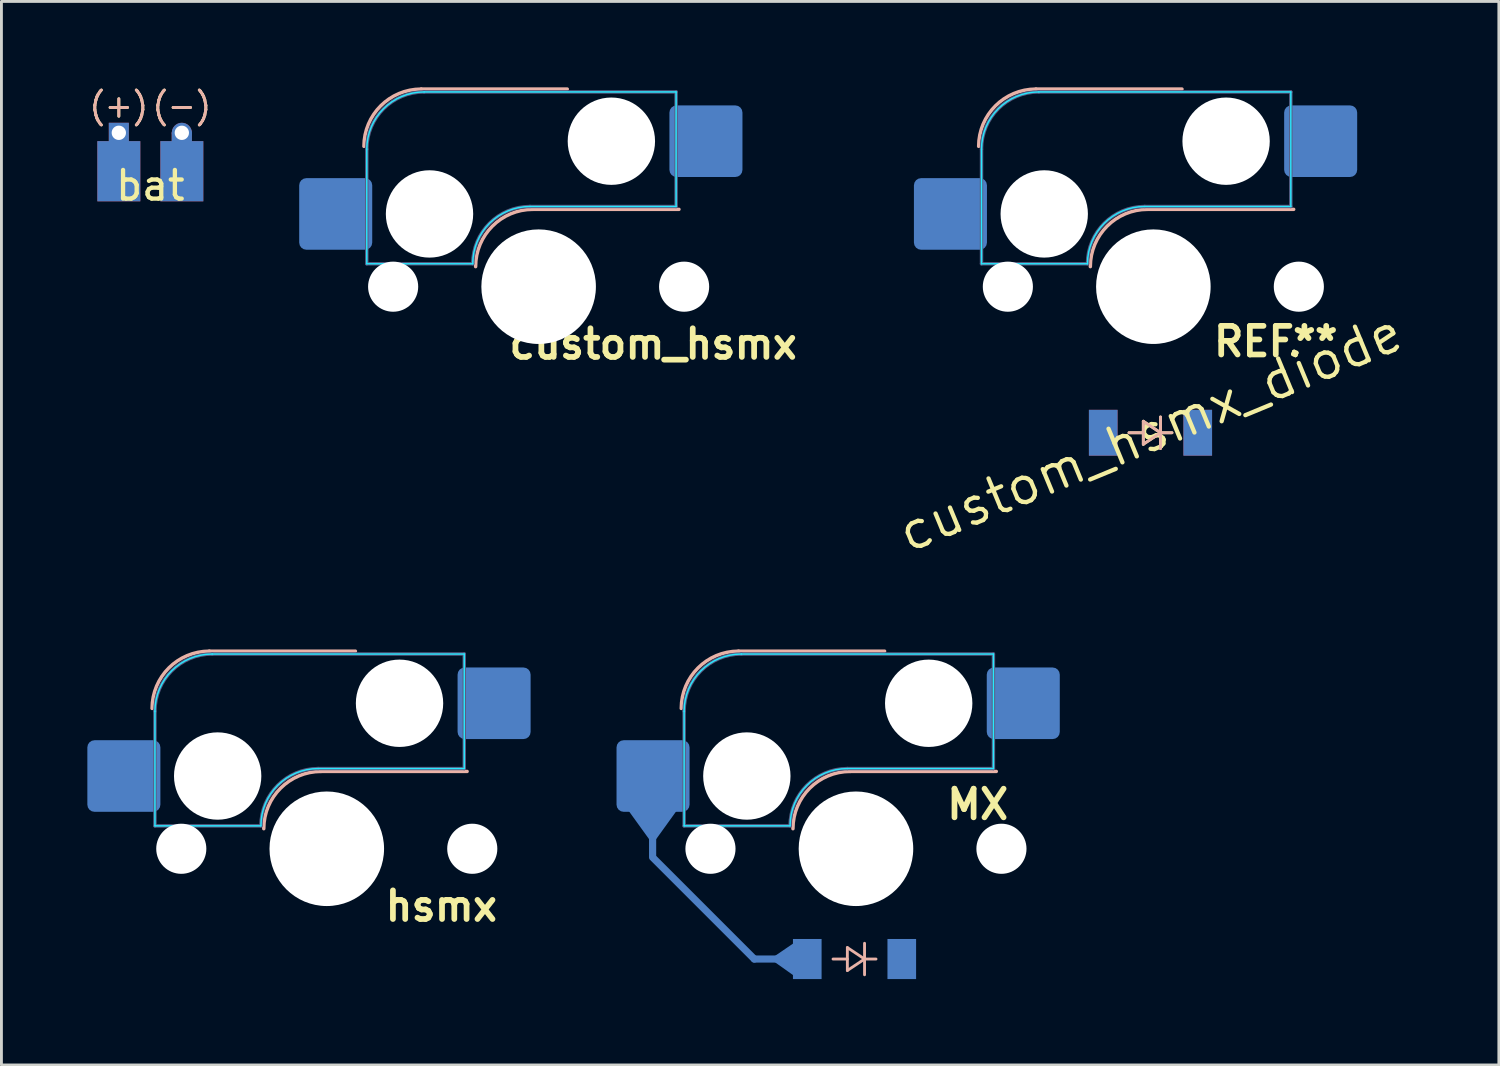
<source format=kicad_pcb>
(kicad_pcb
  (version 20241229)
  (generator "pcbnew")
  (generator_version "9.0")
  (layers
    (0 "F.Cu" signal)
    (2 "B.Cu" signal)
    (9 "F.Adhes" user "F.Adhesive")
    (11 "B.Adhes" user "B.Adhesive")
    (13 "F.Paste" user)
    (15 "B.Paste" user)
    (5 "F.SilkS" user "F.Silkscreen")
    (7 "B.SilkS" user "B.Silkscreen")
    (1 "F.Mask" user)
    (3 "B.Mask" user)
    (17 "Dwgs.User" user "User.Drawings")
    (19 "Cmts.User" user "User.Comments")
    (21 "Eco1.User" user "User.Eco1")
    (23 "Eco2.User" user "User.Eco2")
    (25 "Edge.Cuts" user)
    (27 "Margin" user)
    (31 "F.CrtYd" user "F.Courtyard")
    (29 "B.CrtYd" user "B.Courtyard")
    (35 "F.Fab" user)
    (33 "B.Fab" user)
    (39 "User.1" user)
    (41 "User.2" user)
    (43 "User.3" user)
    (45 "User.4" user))
  (footprint "MX"
    (layer "F.Cu")
    (at 26.837 26.586)
    (property "Reference" "MX" (at 4.25 -1.55 0) (layer "F.SilkS") (effects (font (size 1 1) (thickness 0.2) (bold yes))))
    (attr smd through_hole)
    (fp_line (start -7.1 -1.29) (end -7.1 0.3) (stroke (width 0.25) (type default)) (layer "B.Cu"))
    (fp_line (start -7.05 0.35) (end -3.55 3.85) (stroke (width 0.25) (type default)) (layer "B.Cu"))
    (fp_line (start -3.55 3.85) (end -2.2 3.85) (stroke (width 0.25) (type default)) (layer "B.Cu"))
    (fp_poly (pts (xy -6.235 -1.45) (xy -7.1 -0.25) (xy -7.966 -1.45)) (stroke (width 0.1) (type solid)) (fill yes) (layer "B.Cu"))
    (fp_poly (pts (xy -2.15 4.382) (xy -2.9 3.85) (xy -2.15 3.34)) (stroke (width 0.1) (type solid)) (fill yes) (layer "B.Cu"))
    (fp_line (start -4.1 -6.9) (end 1 -6.9) (stroke (width 0.12) (type solid)) (layer "B.SilkS"))
    (fp_line (start -0.3 3.45) (end 0.3 3.85) (stroke (width 0.1) (type solid)) (layer "B.SilkS"))
    (fp_line (start -0.3 3.85) (end -0.8 3.85) (stroke (width 0.1) (type solid)) (layer "B.SilkS"))
    (fp_line (start -0.3 4.25) (end -0.3 3.45) (stroke (width 0.1) (type solid)) (layer "B.SilkS"))
    (fp_line (start -0.2 -2.7) (end 4.9 -2.7) (stroke (width 0.12) (type solid)) (layer "B.SilkS"))
    (fp_line (start 0.3 3.85) (end -0.3 4.25) (stroke (width 0.1) (type solid)) (layer "B.SilkS"))
    (fp_line (start 0.3 3.85) (end 0.3 3.3) (stroke (width 0.1) (type solid)) (layer "B.SilkS"))
    (fp_line (start 0.3 3.85) (end 0.3 4.4) (stroke (width 0.1) (type solid)) (layer "B.SilkS"))
    (fp_line (start 0.7 3.85) (end 0.3 3.85) (stroke (width 0.1) (type solid)) (layer "B.SilkS"))
    (fp_arc (start -6.1 -4.9) (mid -5.514214 -6.314214) (end -4.1 -6.9) (stroke (width 0.12) (type solid)) (layer "B.SilkS"))
    (fp_arc (start -2.2 -0.7) (mid -1.614214 -2.114214) (end -0.2 -2.7) (stroke (width 0.12) (type solid)) (layer "B.SilkS"))
    (fp_line (start -6 -0.8) (end -6 -4.8) (stroke (width 0.05) (type solid)) (layer "B.CrtYd"))
    (fp_line (start -6 -0.8) (end -2.3 -0.8) (stroke (width 0.05) (type solid)) (layer "B.CrtYd"))
    (fp_line (start -4 -6.8) (end 4.8 -6.8) (stroke (width 0.05) (type solid)) (layer "B.CrtYd"))
    (fp_line (start -0.3 -2.8) (end 4.8 -2.8) (stroke (width 0.05) (type solid)) (layer "B.CrtYd"))
    (fp_line (start 4.8 -6.8) (end 4.8 -2.8) (stroke (width 0.05) (type solid)) (layer "B.CrtYd"))
    (fp_arc (start -6 -4.8) (mid -5.414214 -6.214214) (end -4 -6.8) (stroke (width 0.05) (type solid)) (layer "B.CrtYd"))
    (fp_arc (start -2.3 -0.8) (mid -1.714214 -2.214214) (end -0.3 -2.8) (stroke (width 0.05) (type solid)) (layer "B.CrtYd"))
    (fp_line (start -6 -0.8) (end -6 -4.8) (stroke (width 0.12) (type solid)) (layer "B.Fab"))
    (fp_line (start -6 -0.8) (end -2.3 -0.8) (stroke (width 0.12) (type solid)) (layer "B.Fab"))
    (fp_line (start -4 -6.8) (end 4.8 -6.8) (stroke (width 0.12) (type solid)) (layer "B.Fab"))
    (fp_line (start -0.3 -2.8) (end 4.8 -2.8) (stroke (width 0.12) (type solid)) (layer "B.Fab"))
    (fp_line (start 4.8 -6.8) (end 4.8 -2.8) (stroke (width 0.12) (type solid)) (layer "B.Fab"))
    (fp_arc (start -6 -4.8) (mid -5.414214 -6.214214) (end -4 -6.8) (stroke (width 0.12) (type solid)) (layer "B.Fab"))
    (fp_arc (start -2.3 -0.8) (mid -1.714214 -2.214214) (end -0.3 -2.8) (stroke (width 0.12) (type solid)) (layer "B.Fab"))
    (pad "" np_thru_hole circle (at -5.08 0) (size 1.75 1.75) (drill 1.75) (layers "*.Cu" "*.Mask"))
    (pad "" np_thru_hole circle (at -3.81 -2.54) (size 3.05 3.05) (drill 3.05) (layers "*.Cu" "*.Mask"))
    (pad "" np_thru_hole circle (at 0 0) (size 4 4) (drill 4) (layers "*.Cu" "*.Mask"))
    (pad "" np_thru_hole circle (at 2.54 -5.08) (size 3.05 3.05) (drill 3.05) (layers "*.Cu" "*.Mask"))
    (pad "" np_thru_hole circle (at 5.08 0) (size 1.75 1.75) (drill 1.75) (layers "*.Cu" "*.Mask"))
    (pad "1" smd rect (at 1.6 3.85 180) (size 1 1.4) (layers "B.Cu" "B.Mask" "B.Paste"))
    (pad "1" smd roundrect (at 5.842 -5.08) (size 2.55 2.5) (layers "B.Cu" "B.Mask" "B.Paste") (roundrect_rratio 0.1))
    (pad "2" smd roundrect (at -7.085 -2.54) (size 2.55 2.5) (layers "B.Cu" "B.Mask" "B.Paste") (roundrect_rratio 0.1))
    (pad "2" smd rect (at -1.7 3.85 180) (size 1 1.4) (layers "B.Cu" "B.Mask" "B.Paste")))
  (footprint "hsmx"
    (layer "F.Cu")
    (at 8.36 26.586)
    (property "Reference" "hsmx" (at 4 2 0) (layer "F.SilkS") (effects (font (size 1 1) (thickness 0.2) (bold yes))))
    (attr smd)
    (fp_line (start -4.1 -6.9) (end 1 -6.9) (stroke (width 0.12) (type solid)) (layer "B.SilkS"))
    (fp_line (start -0.2 -2.7) (end 4.9 -2.7) (stroke (width 0.12) (type solid)) (layer "B.SilkS"))
    (fp_arc (start -6.1 -4.9) (mid -5.514214 -6.314214) (end -4.1 -6.9) (stroke (width 0.12) (type solid)) (layer "B.SilkS"))
    (fp_arc (start -2.2 -0.7) (mid -1.614214 -2.114214) (end -0.2 -2.7) (stroke (width 0.12) (type solid)) (layer "B.SilkS"))
    (fp_line (start -6 -0.8) (end -6 -4.8) (stroke (width 0.05) (type solid)) (layer "B.CrtYd"))
    (fp_line (start -6 -0.8) (end -2.3 -0.8) (stroke (width 0.05) (type solid)) (layer "B.CrtYd"))
    (fp_line (start -4 -6.8) (end 4.8 -6.8) (stroke (width 0.05) (type solid)) (layer "B.CrtYd"))
    (fp_line (start -0.3 -2.8) (end 4.8 -2.8) (stroke (width 0.05) (type solid)) (layer "B.CrtYd"))
    (fp_line (start 4.8 -6.8) (end 4.8 -2.8) (stroke (width 0.05) (type solid)) (layer "B.CrtYd"))
    (fp_arc (start -6 -4.8) (mid -5.414214 -6.214214) (end -4 -6.8) (stroke (width 0.05) (type solid)) (layer "B.CrtYd"))
    (fp_arc (start -2.3 -0.8) (mid -1.714214 -2.214214) (end -0.3 -2.8) (stroke (width 0.05) (type solid)) (layer "B.CrtYd"))
    (fp_line (start -6 -0.8) (end -6 -4.8) (stroke (width 0.12) (type solid)) (layer "B.Fab"))
    (fp_line (start -6 -0.8) (end -2.3 -0.8) (stroke (width 0.12) (type solid)) (layer "B.Fab"))
    (fp_line (start -4 -6.8) (end 4.8 -6.8) (stroke (width 0.12) (type solid)) (layer "B.Fab"))
    (fp_line (start -0.3 -2.8) (end 4.8 -2.8) (stroke (width 0.12) (type solid)) (layer "B.Fab"))
    (fp_line (start 4.8 -6.8) (end 4.8 -2.8) (stroke (width 0.12) (type solid)) (layer "B.Fab"))
    (fp_arc (start -6 -4.8) (mid -5.414214 -6.214214) (end -4 -6.8) (stroke (width 0.12) (type solid)) (layer "B.Fab"))
    (fp_arc (start -2.3 -0.8) (mid -1.714214 -2.214214) (end -0.3 -2.8) (stroke (width 0.12) (type solid)) (layer "B.Fab"))
    (pad "" np_thru_hole circle (at -5.08 0) (size 1.75 1.75) (drill 1.75) (layers "*.Cu" "*.Mask"))
    (pad "" np_thru_hole circle (at -3.81 -2.54) (size 3.05 3.05) (drill 3.05) (layers "*.Cu" "*.Mask"))
    (pad "" np_thru_hole circle (at 0 0) (size 4 4) (drill 4) (layers "*.Cu" "*.Mask"))
    (pad "" np_thru_hole circle (at 2.54 -5.08) (size 3.05 3.05) (drill 3.05) (layers "*.Cu" "*.Mask"))
    (pad "" np_thru_hole circle (at 5.08 0) (size 1.75 1.75) (drill 1.75) (layers "*.Cu" "*.Mask"))
    (pad "1" smd roundrect (at 5.842 -5.08) (size 2.55 2.5) (layers "B.Cu" "B.Mask" "B.Paste") (roundrect_rratio 0.1))
    (pad "2" smd roundrect (at -7.085 -2.54) (size 2.55 2.5) (layers "B.Cu" "B.Mask" "B.Paste") (roundrect_rratio 0.1)))
  (footprint "custom_hsmx_diode"
    (layer "F.Cu")
    (at 37.221 6.96)
    (property "Reference" "custom_hsmx_diode" (at -0.1 5.1 202.5) (layer "F.SilkS") (effects (font (size 1.27 1.27) (thickness 0.15))))
    (attr smd through_hole)
    (fp_line (start -0.35 4.7) (end 0.25 5.1) (stroke (width 0.1) (type solid)) (layer "F.SilkS"))
    (fp_line (start -0.35 5.1) (end -0.85 5.1) (stroke (width 0.1) (type solid)) (layer "F.SilkS"))
    (fp_line (start -0.35 5.5) (end -0.35 4.7) (stroke (width 0.1) (type solid)) (layer "F.SilkS"))
    (fp_line (start 0.25 5.1) (end -0.35 5.5) (stroke (width 0.1) (type solid)) (layer "F.SilkS"))
    (fp_line (start 0.25 5.1) (end 0.25 4.55) (stroke (width 0.1) (type solid)) (layer "F.SilkS"))
    (fp_line (start 0.25 5.1) (end 0.25 5.65) (stroke (width 0.1) (type solid)) (layer "F.SilkS"))
    (fp_line (start 0.65 5.1) (end 0.25 5.1) (stroke (width 0.1) (type solid)) (layer "F.SilkS"))
    (fp_line (start -4.1 -6.9) (end 1 -6.9) (stroke (width 0.12) (type solid)) (layer "B.SilkS"))
    (fp_line (start -0.35 4.7) (end 0.25 5.1) (stroke (width 0.1) (type solid)) (layer "B.SilkS"))
    (fp_line (start -0.35 5.1) (end -0.85 5.1) (stroke (width 0.1) (type solid)) (layer "B.SilkS"))
    (fp_line (start -0.35 5.5) (end -0.35 4.7) (stroke (width 0.1) (type solid)) (layer "B.SilkS"))
    (fp_line (start -0.2 -2.7) (end 4.9 -2.7) (stroke (width 0.12) (type solid)) (layer "B.SilkS"))
    (fp_line (start 0.25 5.1) (end -0.35 5.5) (stroke (width 0.1) (type solid)) (layer "B.SilkS"))
    (fp_line (start 0.25 5.1) (end 0.25 4.55) (stroke (width 0.1) (type solid)) (layer "B.SilkS"))
    (fp_line (start 0.25 5.1) (end 0.25 5.65) (stroke (width 0.1) (type solid)) (layer "B.SilkS"))
    (fp_line (start 0.65 5.1) (end 0.25 5.1) (stroke (width 0.1) (type solid)) (layer "B.SilkS"))
    (fp_arc (start -6.1 -4.9) (mid -5.514214 -6.314214) (end -4.1 -6.9) (stroke (width 0.12) (type solid)) (layer "B.SilkS"))
    (fp_arc (start -2.2 -0.7) (mid -1.614214 -2.114214) (end -0.2 -2.7) (stroke (width 0.12) (type solid)) (layer "B.SilkS"))
    (fp_line (start -6 -0.8) (end -6 -4.8) (stroke (width 0.05) (type solid)) (layer "B.CrtYd"))
    (fp_line (start -6 -0.8) (end -2.3 -0.8) (stroke (width 0.05) (type solid)) (layer "B.CrtYd"))
    (fp_line (start -4 -6.8) (end 4.8 -6.8) (stroke (width 0.05) (type solid)) (layer "B.CrtYd"))
    (fp_line (start -0.3 -2.8) (end 4.8 -2.8) (stroke (width 0.05) (type solid)) (layer "B.CrtYd"))
    (fp_line (start 4.8 -6.8) (end 4.8 -2.8) (stroke (width 0.05) (type solid)) (layer "B.CrtYd"))
    (fp_arc (start -6 -4.8) (mid -5.414214 -6.214214) (end -4 -6.8) (stroke (width 0.05) (type solid)) (layer "B.CrtYd"))
    (fp_arc (start -2.3 -0.8) (mid -1.714214 -2.214214) (end -0.3 -2.8) (stroke (width 0.05) (type solid)) (layer "B.CrtYd"))
    (fp_line (start -6 -0.8) (end -6 -4.8) (stroke (width 0.12) (type solid)) (layer "B.Fab"))
    (fp_line (start -6 -0.8) (end -2.3 -0.8) (stroke (width 0.12) (type solid)) (layer "B.Fab"))
    (fp_line (start -4 -6.8) (end 4.8 -6.8) (stroke (width 0.12) (type solid)) (layer "B.Fab"))
    (fp_line (start -0.3 -2.8) (end 4.8 -2.8) (stroke (width 0.12) (type solid)) (layer "B.Fab"))
    (fp_line (start 4.8 -6.8) (end 4.8 -2.8) (stroke (width 0.12) (type solid)) (layer "B.Fab"))
    (fp_arc (start -6 -4.8) (mid -5.414214 -6.214214) (end -4 -6.8) (stroke (width 0.12) (type solid)) (layer "B.Fab"))
    (fp_arc (start -2.3 -0.8) (mid -1.714214 -2.214214) (end -0.3 -2.8) (stroke (width 0.12) (type solid)) (layer "B.Fab"))
    (fp_text user "REF**" (at 2 2.5 0) (unlocked yes) (layer "F.SilkS") (effects (font (size 1 1) (thickness 0.2) (bold yes)) (justify left bottom)))
    (pad "" np_thru_hole circle (at -5.08 0) (size 1.75 1.75) (drill 1.75) (layers "*.Cu" "*.Mask"))
    (pad "" np_thru_hole circle (at -3.81 -2.54) (size 3.05 3.05) (drill 3.05) (layers "*.Cu" "*.Mask"))
    (pad "" np_thru_hole circle (at 0 0) (size 4 4) (drill 4) (layers "*.Cu" "*.Mask"))
    (pad "" np_thru_hole circle (at 2.54 -5.08) (size 3.05 3.05) (drill 3.05) (layers "*.Cu" "*.Mask"))
    (pad "" np_thru_hole circle (at 5.08 0) (size 1.75 1.75) (drill 1.75) (layers "*.Cu" "*.Mask"))
    (pad "1" smd rect (at 1.55 5.1 180) (size 1 1.6) (layers "F.Cu" "F.Mask" "F.Paste"))
    (pad "1" smd rect (at 1.55 5.1 180) (size 1 1.6) (layers "B.Cu" "B.Mask" "B.Paste"))
    (pad "1" smd roundrect (at 5.842 -5.08) (size 2.55 2.5) (layers "B.Cu" "B.Mask" "B.Paste") (roundrect_rratio 0.1))
    (pad "2" smd roundrect (at -7.085 -2.54) (size 2.55 2.5) (layers "B.Cu" "B.Mask" "B.Paste") (roundrect_rratio 0.1))
    (pad "2" smd rect (at -1.75 5.1 180) (size 1 1.6) (layers "F.Cu" "F.Mask" "F.Paste"))
    (pad "2" smd rect (at -1.75 5.1 180) (size 1 1.6) (layers "B.Cu" "B.Mask" "B.Paste")))
  (footprint "bat"
    (layer "F.Cu")
    (at 2.199 2.929)
    (property "Reference" "bat" (at 0 0.5 0) (layer "F.SilkS") (effects (font (size 1 1) (thickness 0.15))))
    (fp_poly (pts (xy -0.401 -1) (xy -0.401 1) (xy -1.801 1) (xy -1.801 -1)) (stroke (width 0.1) (type solid)) (fill yes) (layer "F.Mask"))
    (fp_poly (pts (xy 1.8 -1) (xy 1.8 1) (xy 0.4 1) (xy 0.4 -1)) (stroke (width 0.1) (type solid)) (fill yes) (layer "F.Mask"))
    (fp_poly (pts (xy -1.8 -1) (xy -1.8 1) (xy -0.4 1) (xy -0.4 -1)) (stroke (width 0.1) (type solid)) (fill yes) (layer "B.Mask"))
    (fp_poly (pts (xy 0.4 -1) (xy 0.4 1) (xy 1.8 1) (xy 1.8 -1)) (stroke (width 0.1) (type solid)) (fill yes) (layer "B.Mask"))
    (fp_text user "(-)" (at 1.1 -2.286 0) (layer "F.SilkS") (effects (font (size 0.8 0.8) (thickness 0.1))))
    (fp_text user "(+)" (at -1.1 -2.286 0) (layer "F.SilkS") (effects (font (size 0.8 0.8) (thickness 0.1))))
    (fp_text user "(-)" (at 1.1 -2.286 0) (layer "B.SilkS") (effects (font (size 0.8 0.8) (thickness 0.1)) (justify mirror)))
    (fp_text user "(+)" (at -1.1 -2.286 0) (layer "B.SilkS") (effects (font (size 0.8 0.8) (thickness 0.1)) (justify mirror)))
    (pad "1" thru_hole rect (at -1.1 -1.342) (size 0.7 0.7) (drill 0.5) (layers "*.Cu"))
    (pad "1" smd custom (at -1.1 0 180) (size 1.5 2.1) (layers "F.Cu") (options (anchor rect)) (primitives (gr_poly (pts (xy 0.179 1.335) (xy -0.177 1.335) (xy -0.177 0.762) (xy 0.179 0.762)) (width 0.1) (fill yes))))
    (pad "1" smd custom (at -1.1 0) (size 1.5 2.1) (layers "B.Cu") (options (anchor rect)) (primitives (gr_poly (pts (xy 0.177 -0.762) (xy -0.179 -0.762) (xy -0.179 -1.335) (xy 0.177 -1.335)) (width 0.1) (fill yes))))
    (pad "2" thru_hole circle (at 1.1 -1.342) (size 0.7 0.7) (drill 0.5) (layers "*.Cu"))
    (pad "2" smd custom (at 1.1 0 180) (size 1.5 2.1) (layers "F.Cu") (options (anchor rect)) (primitives (gr_poly (pts (xy 0.179 1.335) (xy -0.177 1.335) (xy -0.177 0.762) (xy 0.179 0.762)) (width 0.35) (fill yes))))
    (pad "2" smd custom (at 1.1 0) (size 1.5 2.1) (layers "B.Cu") (options (anchor rect)) (primitives (gr_poly (pts (xy 0.177 -0.762) (xy -0.179 -0.762) (xy -0.179 -1.335) (xy 0.177 -1.335)) (width 0.35) (fill yes)))))
  (footprint "custom_hsmx"
    (layer "F.Cu")
    (at 15.757 6.96)
    (property "Reference" "custom_hsmx" (at 4 2 0) (layer "F.SilkS") (effects (font (size 1 1) (thickness 0.2) (bold yes))))
    (attr smd)
    (fp_line (start -4.1 -6.9) (end 1 -6.9) (stroke (width 0.12) (type solid)) (layer "B.SilkS"))
    (fp_line (start -0.2 -2.7) (end 4.9 -2.7) (stroke (width 0.12) (type solid)) (layer "B.SilkS"))
    (fp_arc (start -6.1 -4.9) (mid -5.514214 -6.314214) (end -4.1 -6.9) (stroke (width 0.12) (type solid)) (layer "B.SilkS"))
    (fp_arc (start -2.2 -0.7) (mid -1.614214 -2.114214) (end -0.2 -2.7) (stroke (width 0.12) (type solid)) (layer "B.SilkS"))
    (fp_line (start -6 -0.8) (end -6 -4.8) (stroke (width 0.05) (type solid)) (layer "B.CrtYd"))
    (fp_line (start -6 -0.8) (end -2.3 -0.8) (stroke (width 0.05) (type solid)) (layer "B.CrtYd"))
    (fp_line (start -4 -6.8) (end 4.8 -6.8) (stroke (width 0.05) (type solid)) (layer "B.CrtYd"))
    (fp_line (start -0.3 -2.8) (end 4.8 -2.8) (stroke (width 0.05) (type solid)) (layer "B.CrtYd"))
    (fp_line (start 4.8 -6.8) (end 4.8 -2.8) (stroke (width 0.05) (type solid)) (layer "B.CrtYd"))
    (fp_arc (start -6 -4.8) (mid -5.414214 -6.214214) (end -4 -6.8) (stroke (width 0.05) (type solid)) (layer "B.CrtYd"))
    (fp_arc (start -2.3 -0.8) (mid -1.714214 -2.214214) (end -0.3 -2.8) (stroke (width 0.05) (type solid)) (layer "B.CrtYd"))
    (fp_line (start -6 -0.8) (end -6 -4.8) (stroke (width 0.12) (type solid)) (layer "B.Fab"))
    (fp_line (start -6 -0.8) (end -2.3 -0.8) (stroke (width 0.12) (type solid)) (layer "B.Fab"))
    (fp_line (start -4 -6.8) (end 4.8 -6.8) (stroke (width 0.12) (type solid)) (layer "B.Fab"))
    (fp_line (start -0.3 -2.8) (end 4.8 -2.8) (stroke (width 0.12) (type solid)) (layer "B.Fab"))
    (fp_line (start 4.8 -6.8) (end 4.8 -2.8) (stroke (width 0.12) (type solid)) (layer "B.Fab"))
    (fp_arc (start -6 -4.8) (mid -5.414214 -6.214214) (end -4 -6.8) (stroke (width 0.12) (type solid)) (layer "B.Fab"))
    (fp_arc (start -2.3 -0.8) (mid -1.714214 -2.214214) (end -0.3 -2.8) (stroke (width 0.12) (type solid)) (layer "B.Fab"))
    (pad "" np_thru_hole circle (at -5.08 0) (size 1.75 1.75) (drill 1.75) (layers "*.Cu" "*.Mask"))
    (pad "" np_thru_hole circle (at -3.81 -2.54) (size 3.05 3.05) (drill 3.05) (layers "*.Cu" "*.Mask"))
    (pad "" np_thru_hole circle (at 0 0) (size 4 4) (drill 4) (layers "*.Cu" "*.Mask"))
    (pad "" np_thru_hole circle (at 2.54 -5.08) (size 3.05 3.05) (drill 3.05) (layers "*.Cu" "*.Mask"))
    (pad "" np_thru_hole circle (at 5.08 0) (size 1.75 1.75) (drill 1.75) (layers "*.Cu" "*.Mask"))
    (pad "1" smd roundrect (at 5.842 -5.08) (size 2.55 2.5) (layers "B.Cu" "B.Mask" "B.Paste") (roundrect_rratio 0.1))
    (pad "2" smd roundrect (at -7.085 -2.54) (size 2.55 2.5) (layers "B.Cu" "B.Mask" "B.Paste") (roundrect_rratio 0.1)))
  (gr_rect
    (start -3 -3)
    (end 49.285 34.136)
    (stroke (width 0.1) (type default))
    (fill no)
    (layer "Edge.Cuts")))
</source>
